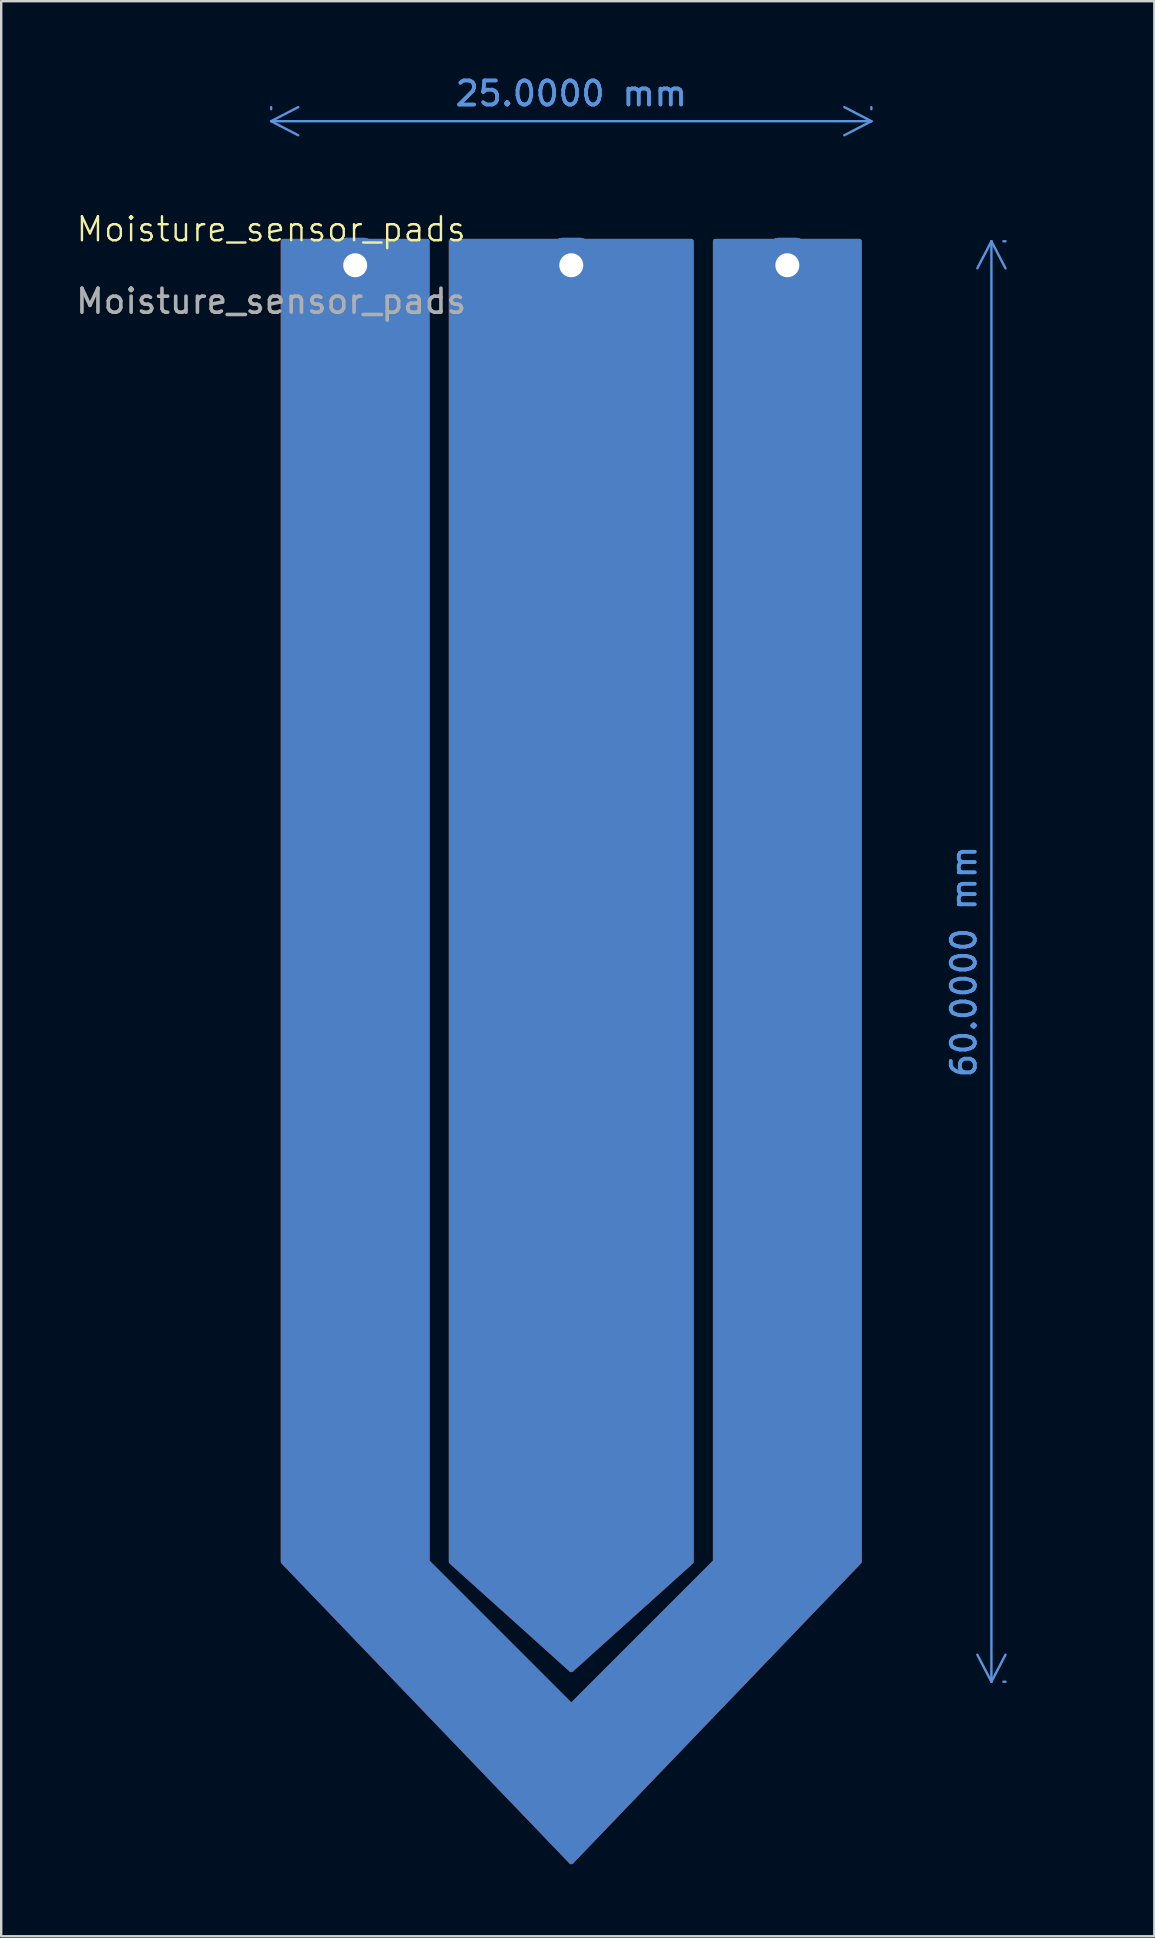
<source format=kicad_pcb>
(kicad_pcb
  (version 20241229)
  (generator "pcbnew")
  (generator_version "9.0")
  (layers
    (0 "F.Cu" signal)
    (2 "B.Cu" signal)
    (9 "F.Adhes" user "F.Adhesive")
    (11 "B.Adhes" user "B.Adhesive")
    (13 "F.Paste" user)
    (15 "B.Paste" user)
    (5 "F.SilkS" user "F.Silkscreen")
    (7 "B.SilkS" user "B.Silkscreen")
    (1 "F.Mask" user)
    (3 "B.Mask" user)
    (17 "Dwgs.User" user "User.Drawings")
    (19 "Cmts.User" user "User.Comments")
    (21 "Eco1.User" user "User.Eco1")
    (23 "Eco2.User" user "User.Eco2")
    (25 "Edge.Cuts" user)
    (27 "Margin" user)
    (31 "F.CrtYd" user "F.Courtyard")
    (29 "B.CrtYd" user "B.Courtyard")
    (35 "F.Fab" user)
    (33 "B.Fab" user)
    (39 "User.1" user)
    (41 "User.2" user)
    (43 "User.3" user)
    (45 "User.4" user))
  (footprint "Moisture_sensor_pads"
    (layer "F.Cu")
    (at 8.244 6.998)
    (property "Reference" "Moisture_sensor_pads" (at 0 -0.5 0) (unlocked yes) (layer "F.SilkS") (effects (font (size 1 1) (thickness 0.1))))
    (attr smd)
    (fp_poly (pts (xy 17.5 0) (xy 17.5 55) (xy 12.5 59.5) (xy 7.5 55) (xy 7.5 0)) (stroke (width 0.2) (type solid)) (fill yes) (layer "F.Cu"))
    (fp_poly (pts (xy 6.5 0) (xy 6.5 55) (xy 12.5 61) (xy 18.5 55) (xy 18.5 0) (xy 24.5 0) (xy 24.5 55) (xy 12.5 67.5) (xy 0.5 55) (xy 0.5 0)) (stroke (width 0.2) (type solid)) (fill yes) (layer "F.Cu"))
    (fp_poly (pts (xy 17.5 0) (xy 17.5 55) (xy 12.5 59.5) (xy 7.5 55) (xy 7.5 0)) (stroke (width 0.2) (type solid)) (fill yes) (layer "B.Cu"))
    (fp_poly (pts (xy 6.5 0) (xy 6.5 55) (xy 12.5 61) (xy 18.5 55) (xy 18.5 0) (xy 24.5 0) (xy 24.5 55) (xy 12.5 67.5) (xy 0.5 55) (xy 0.5 0)) (stroke (width 0.2) (type solid)) (fill yes) (layer "B.Cu"))
    (fp_text user "${REFERENCE}" (at 0 2.5 0) (unlocked yes) (layer "F.Fab") (effects (font (size 1 1) (thickness 0.15))))
    (dimension (type aligned) (layer "Cmts.User") (pts (xy 38.244 6.998) (xy 38.244 66.998)) (height 0) (format (prefix "") (suffix "") (units 3) (units_format 1) (precision 4)) (style (thickness 0.1) (arrow_length 1.27) (text_position_mode 0) (arrow_direction outward) (extension_height 0.586) (extension_offset 0.5) (keep_text_aligned yes)) (gr_text "60.0000 mm" (at 37.094 36.998 90) (layer "Cmts.User") (effects (font (size 1 1) (thickness 0.15)))))
    (dimension (type aligned) (layer "Cmts.User") (pts (xy 8.244 1.998) (xy 33.244 1.998)) (height 0) (format (prefix "") (suffix "") (units 3) (units_format 1) (precision 4)) (style (thickness 0.1) (arrow_length 1.27) (text_position_mode 0) (arrow_direction outward) (extension_height 0.586) (extension_offset 0.5) (keep_text_aligned yes)) (gr_text "25.0000 mm" (at 20.744 0.848 0) (layer "Cmts.User") (effects (font (size 1 1) (thickness 0.15)))))
    (pad "1" thru_hole roundrect (at 12.5 1 90) (size 2.286 1.524) (drill 1) (layers "*.Cu" "*.Mask") (roundrect_rratio 0.25))
    (pad "2" thru_hole roundrect (at 3.5 1 90) (size 2.286 1.524) (drill 1) (layers "*.Cu" "*.Mask") (roundrect_rratio 0.25))
    (pad "2" thru_hole roundrect (at 21.5 1 90) (size 2.286 1.524) (drill 1) (layers "*.Cu" "*.Mask") (roundrect_rratio 0.25)))
  (gr_rect
    (start -3 -3)
    (end 45.029 77.598)
    (stroke (width 0.1) (type default))
    (fill no)
    (layer "Edge.Cuts")))
</source>
